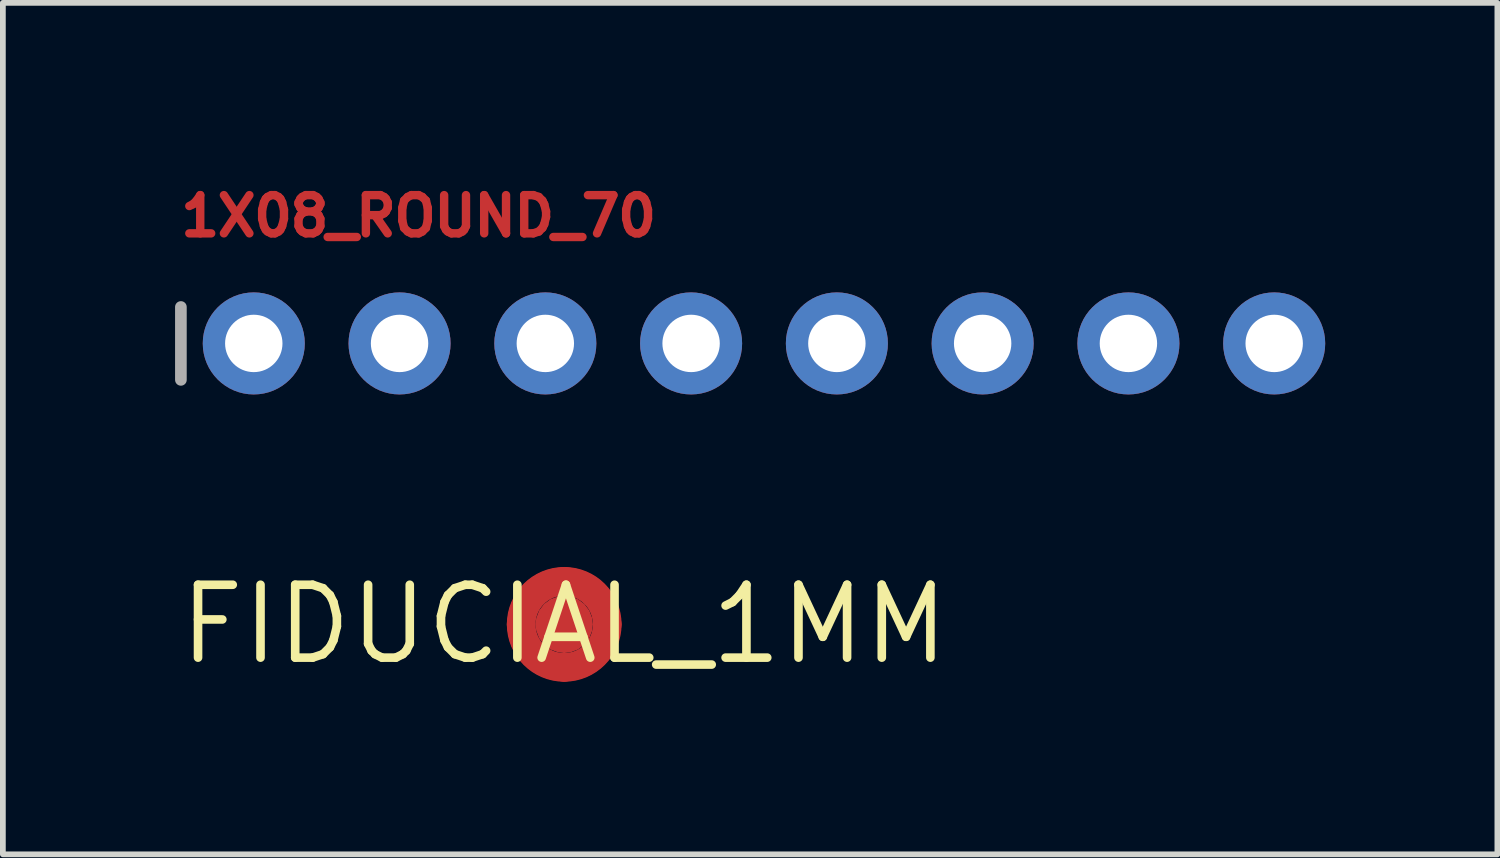
<source format=kicad_pcb>
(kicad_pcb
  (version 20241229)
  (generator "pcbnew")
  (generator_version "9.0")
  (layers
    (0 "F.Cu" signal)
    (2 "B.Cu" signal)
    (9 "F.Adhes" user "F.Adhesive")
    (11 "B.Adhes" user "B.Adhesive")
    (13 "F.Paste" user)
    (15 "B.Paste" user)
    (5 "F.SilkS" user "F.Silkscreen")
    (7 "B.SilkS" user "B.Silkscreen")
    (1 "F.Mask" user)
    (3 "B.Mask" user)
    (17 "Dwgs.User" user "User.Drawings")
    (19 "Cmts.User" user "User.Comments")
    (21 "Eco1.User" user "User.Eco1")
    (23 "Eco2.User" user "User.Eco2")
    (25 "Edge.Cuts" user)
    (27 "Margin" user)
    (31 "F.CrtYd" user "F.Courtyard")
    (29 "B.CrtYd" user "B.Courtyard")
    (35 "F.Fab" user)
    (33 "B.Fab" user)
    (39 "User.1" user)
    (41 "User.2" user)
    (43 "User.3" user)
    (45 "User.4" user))
  (footprint "FIDUCIAL_1MM"
    (layer "F.Cu")
    (at 6.781 7.829)
    (property "Reference" "FIDUCIAL_1MM" (at 0 0 0) (layer "F.SilkS") (effects (font (size 1.27 1.27) (thickness 0.15))))
    (fp_arc (start -0.75 0) (mid -0.53033 -0.53033) (end 0 -0.75) (stroke (width 0.4699) (type solid)) (layer "F.Cu"))
    (fp_arc (start -0.75 0) (mid -0.53033 -0.53033) (end 0 -0.75) (stroke (width 0.4826) (type solid)) (layer "F.Cu"))
    (fp_arc (start -0.75 0) (mid -0.53033 -0.53033) (end 0 -0.75) (stroke (width 0.5) (type solid)) (layer "F.Cu"))
    (fp_arc (start 0 -0.75) (mid 0.53033 -0.53033) (end 0.75 0) (stroke (width 0.4699) (type solid)) (layer "F.Cu"))
    (fp_arc (start 0 -0.75) (mid 0.53033 -0.53033) (end 0.75 0) (stroke (width 0.4826) (type solid)) (layer "F.Cu"))
    (fp_arc (start 0 -0.75) (mid 0.53033 -0.53033) (end 0.75 0) (stroke (width 0.5) (type solid)) (layer "F.Cu"))
    (fp_arc (start 0 0.75) (mid -0.53033 0.53033) (end -0.75 0) (stroke (width 0.4699) (type solid)) (layer "F.Cu"))
    (fp_arc (start 0 0.75) (mid -0.53033 0.53033) (end -0.75 0) (stroke (width 0.4826) (type solid)) (layer "F.Cu"))
    (fp_arc (start 0 0.75) (mid -0.53033 0.53033) (end -0.75 0) (stroke (width 0.5) (type solid)) (layer "F.Cu"))
    (fp_arc (start 0.75 0) (mid 0.53033 0.53033) (end 0 0.75) (stroke (width 0.4699) (type solid)) (layer "F.Cu"))
    (fp_arc (start 0.75 0) (mid 0.53033 0.53033) (end 0 0.75) (stroke (width 0.4826) (type solid)) (layer "F.Cu"))
    (fp_arc (start 0.75 0) (mid 0.53033 0.53033) (end 0 0.75) (stroke (width 0.5) (type solid)) (layer "F.Cu"))
    (pad "1" smd roundrect (at 0 0) (size 1 1) (layers "F.Cu" "F.Mask") (roundrect_rratio 0.5)))
  (footprint "1X08_ROUND_70"
    (layer "F.Cu")
    (at 10.262 2.934)
    (property "Reference" "1X08_ROUND_70" (at -10.236 -1.829 0) (unlocked yes) (layer "F.Cu") (effects (font (size 0.666 0.666) (thickness 0.146)) (justify left bottom)))
    (fp_line (start -10.16 -0.635) (end -10.16 0.635) (stroke (width 0.203) (type solid)) (layer "F.Fab"))
    (fp_poly (pts (xy -9.144 0.254) (xy -8.636 0.254) (xy -8.636 -0.254) (xy -9.144 -0.254)) (stroke (width 0.1) (type default)) (fill no) (layer "F.Fab"))
    (fp_poly (pts (xy -6.604 0.254) (xy -6.096 0.254) (xy -6.096 -0.254) (xy -6.604 -0.254)) (stroke (width 0.1) (type default)) (fill no) (layer "F.Fab"))
    (fp_poly (pts (xy -4.064 0.254) (xy -3.556 0.254) (xy -3.556 -0.254) (xy -4.064 -0.254)) (stroke (width 0.1) (type default)) (fill no) (layer "F.Fab"))
    (fp_poly (pts (xy -1.524 0.254) (xy -1.016 0.254) (xy -1.016 -0.254) (xy -1.524 -0.254)) (stroke (width 0.1) (type default)) (fill no) (layer "F.Fab"))
    (fp_poly (pts (xy 1.016 0.254) (xy 1.524 0.254) (xy 1.524 -0.254) (xy 1.016 -0.254)) (stroke (width 0.1) (type default)) (fill no) (layer "F.Fab"))
    (fp_poly (pts (xy 3.556 0.254) (xy 4.064 0.254) (xy 4.064 -0.254) (xy 3.556 -0.254)) (stroke (width 0.1) (type default)) (fill no) (layer "F.Fab"))
    (fp_poly (pts (xy 6.096 0.254) (xy 6.604 0.254) (xy 6.604 -0.254) (xy 6.096 -0.254)) (stroke (width 0.1) (type default)) (fill no) (layer "F.Fab"))
    (fp_poly (pts (xy 8.636 0.254) (xy 9.144 0.254) (xy 9.144 -0.254) (xy 8.636 -0.254)) (stroke (width 0.1) (type default)) (fill no) (layer "F.Fab"))
    (pad "1" thru_hole circle (at -8.89 0 90) (size 1.778 1.778) (drill 1) (layers "*.Cu" "*.Mask"))
    (pad "2" thru_hole circle (at -6.35 0 90) (size 1.778 1.778) (drill 1) (layers "*.Cu" "*.Mask"))
    (pad "3" thru_hole circle (at -3.81 0 90) (size 1.778 1.778) (drill 1) (layers "*.Cu" "*.Mask"))
    (pad "4" thru_hole circle (at -1.27 0 90) (size 1.778 1.778) (drill 1) (layers "*.Cu" "*.Mask"))
    (pad "5" thru_hole circle (at 1.27 0 90) (size 1.778 1.778) (drill 1) (layers "*.Cu" "*.Mask"))
    (pad "6" thru_hole circle (at 3.81 0 90) (size 1.778 1.778) (drill 1) (layers "*.Cu" "*.Mask"))
    (pad "7" thru_hole circle (at 6.35 0 90) (size 1.778 1.778) (drill 1) (layers "*.Cu" "*.Mask"))
    (pad "8" thru_hole circle (at 8.89 0 90) (size 1.778 1.778) (drill 1) (layers "*.Cu" "*.Mask")))
  (gr_rect
    (start -3 -3)
    (end 23.041 11.836)
    (stroke (width 0.1) (type default))
    (fill no)
    (layer "Edge.Cuts")))
</source>
